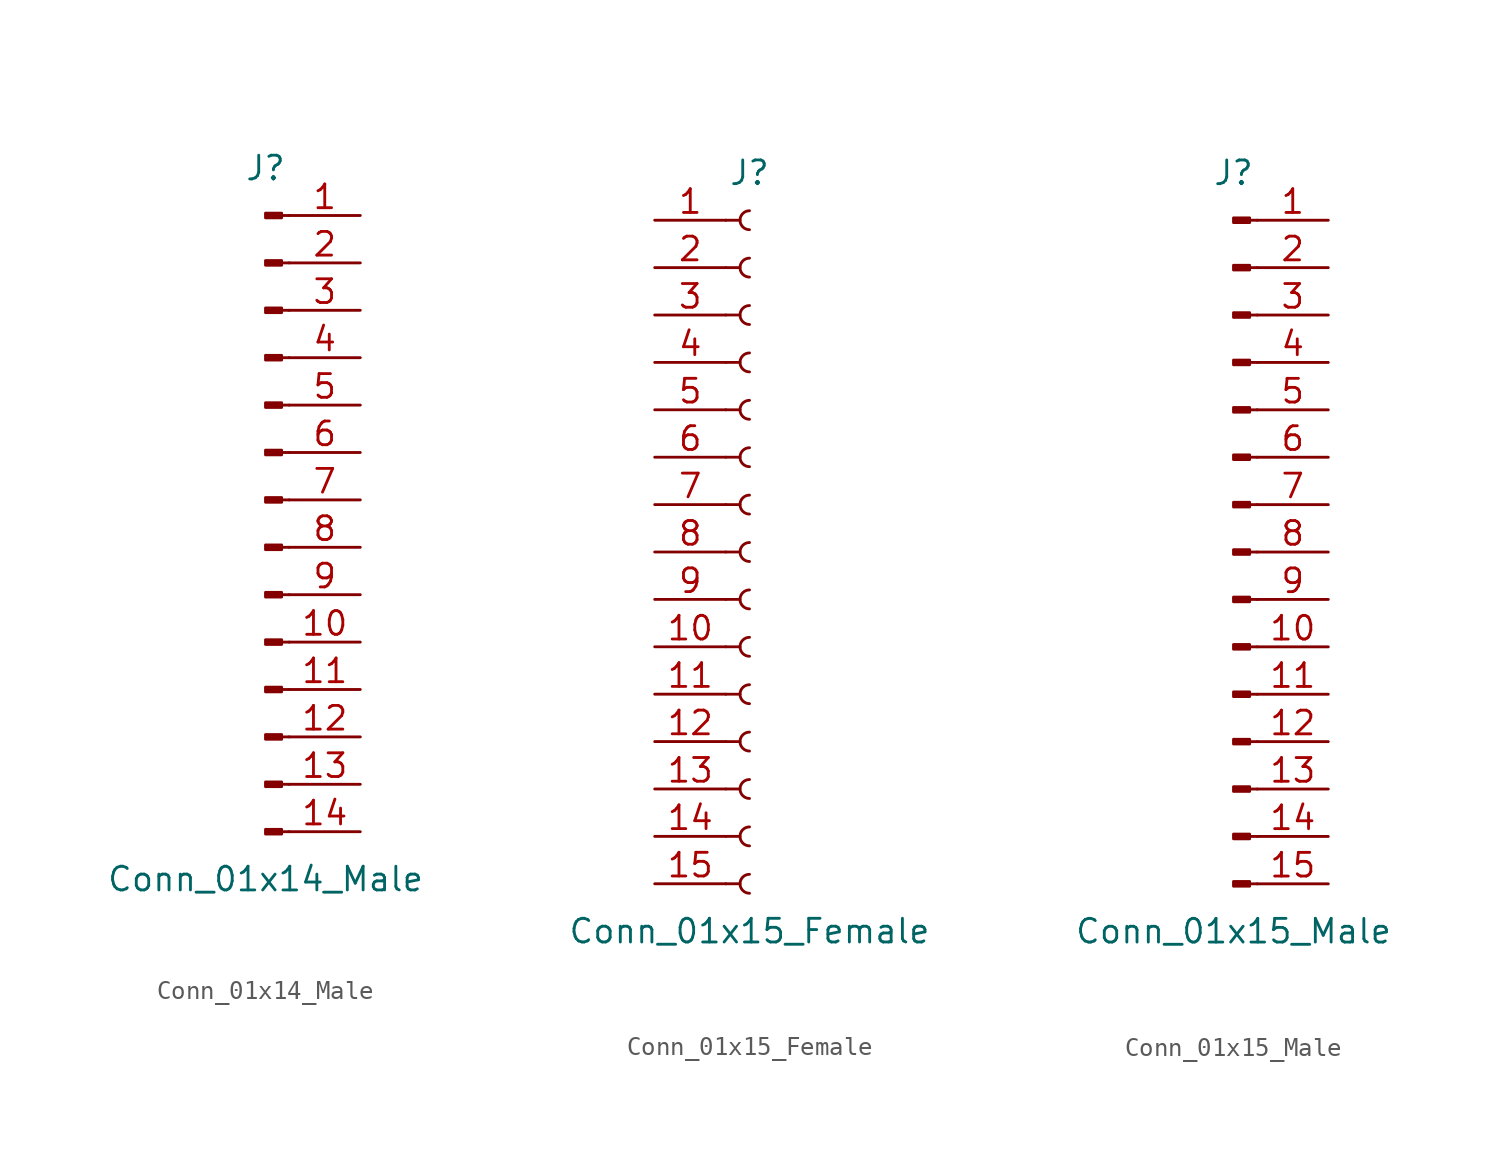
<source format=kicad_sym>
(kicad_symbol_lib
  (version 20220914)
  (generator kicad_symbol_editor)
  (symbol "Conn_01x14_Male"
    (pin_names
      (offset 1.016) hide)
    (property "Reference" "J"
      (at 0 17.78 0)
      (effects (font (size 1.27 1.27))))
    (property "Value" "Conn_01x14_Male"
      (at 0 -20.32 0)
      (effects (font (size 1.27 1.27))))
    (symbol "Conn_01x14_Male_1_1"
      (polyline (pts (xy 1.27 -17.78) (xy 0.864 -17.78)) (stroke (width 0.152) (type solid)) (fill (type none)))
      (polyline (pts (xy 1.27 -15.24) (xy 0.864 -15.24)) (stroke (width 0.152) (type solid)) (fill (type none)))
      (polyline (pts (xy 1.27 -12.7) (xy 0.864 -12.7)) (stroke (width 0.152) (type solid)) (fill (type none)))
      (polyline (pts (xy 1.27 -10.16) (xy 0.864 -10.16)) (stroke (width 0.152) (type solid)) (fill (type none)))
      (polyline (pts (xy 1.27 -7.62) (xy 0.864 -7.62)) (stroke (width 0.152) (type solid)) (fill (type none)))
      (polyline (pts (xy 1.27 -5.08) (xy 0.864 -5.08)) (stroke (width 0.152) (type solid)) (fill (type none)))
      (polyline (pts (xy 1.27 -2.54) (xy 0.864 -2.54)) (stroke (width 0.152) (type solid)) (fill (type none)))
      (polyline (pts (xy 1.27 0) (xy 0.864 0)) (stroke (width 0.152) (type solid)) (fill (type none)))
      (polyline (pts (xy 1.27 2.54) (xy 0.864 2.54)) (stroke (width 0.152) (type solid)) (fill (type none)))
      (polyline (pts (xy 1.27 5.08) (xy 0.864 5.08)) (stroke (width 0.152) (type solid)) (fill (type none)))
      (polyline (pts (xy 1.27 7.62) (xy 0.864 7.62)) (stroke (width 0.152) (type solid)) (fill (type none)))
      (polyline (pts (xy 1.27 10.16) (xy 0.864 10.16)) (stroke (width 0.152) (type solid)) (fill (type none)))
      (polyline (pts (xy 1.27 12.7) (xy 0.864 12.7)) (stroke (width 0.152) (type solid)) (fill (type none)))
      (polyline (pts (xy 1.27 15.24) (xy 0.864 15.24)) (stroke (width 0.152) (type solid)) (fill (type none)))
      (rectangle (start 0.864 -17.653) (end 0 -17.907) (stroke (width 0.152) (type solid)) (fill (type outline)))
      (rectangle (start 0.864 -15.113) (end 0 -15.367) (stroke (width 0.152) (type solid)) (fill (type outline)))
      (rectangle (start 0.864 -12.573) (end 0 -12.827) (stroke (width 0.152) (type solid)) (fill (type outline)))
      (rectangle (start 0.864 -10.033) (end 0 -10.287) (stroke (width 0.152) (type solid)) (fill (type outline)))
      (rectangle (start 0.864 -7.493) (end 0 -7.747) (stroke (width 0.152) (type solid)) (fill (type outline)))
      (rectangle (start 0.864 -4.953) (end 0 -5.207) (stroke (width 0.152) (type solid)) (fill (type outline)))
      (rectangle (start 0.864 -2.413) (end 0 -2.667) (stroke (width 0.152) (type solid)) (fill (type outline)))
      (rectangle (start 0.864 0.127) (end 0 -0.127) (stroke (width 0.152) (type solid)) (fill (type outline)))
      (rectangle (start 0.864 2.667) (end 0 2.413) (stroke (width 0.152) (type solid)) (fill (type outline)))
      (rectangle (start 0.864 5.207) (end 0 4.953) (stroke (width 0.152) (type solid)) (fill (type outline)))
      (rectangle (start 0.864 7.747) (end 0 7.493) (stroke (width 0.152) (type solid)) (fill (type outline)))
      (rectangle (start 0.864 10.287) (end 0 10.033) (stroke (width 0.152) (type solid)) (fill (type outline)))
      (rectangle (start 0.864 12.827) (end 0 12.573) (stroke (width 0.152) (type solid)) (fill (type outline)))
      (rectangle (start 0.864 15.367) (end 0 15.113) (stroke (width 0.152) (type solid)) (fill (type outline)))
      (pin passive line (at 5.08 15.24 180) (length 3.81) (name "Pin_1" (effects (font (size 1.27 1.27)))) (number "1" (effects (font (size 1.27 1.27)))))
      (pin passive line (at 5.08 -7.62 180) (length 3.81) (name "Pin_10" (effects (font (size 1.27 1.27)))) (number "10" (effects (font (size 1.27 1.27)))))
      (pin passive line (at 5.08 -10.16 180) (length 3.81) (name "Pin_11" (effects (font (size 1.27 1.27)))) (number "11" (effects (font (size 1.27 1.27)))))
      (pin passive line (at 5.08 -12.7 180) (length 3.81) (name "Pin_12" (effects (font (size 1.27 1.27)))) (number "12" (effects (font (size 1.27 1.27)))))
      (pin passive line (at 5.08 -15.24 180) (length 3.81) (name "Pin_13" (effects (font (size 1.27 1.27)))) (number "13" (effects (font (size 1.27 1.27)))))
      (pin passive line (at 5.08 -17.78 180) (length 3.81) (name "Pin_14" (effects (font (size 1.27 1.27)))) (number "14" (effects (font (size 1.27 1.27)))))
      (pin passive line (at 5.08 12.7 180) (length 3.81) (name "Pin_2" (effects (font (size 1.27 1.27)))) (number "2" (effects (font (size 1.27 1.27)))))
      (pin passive line (at 5.08 10.16 180) (length 3.81) (name "Pin_3" (effects (font (size 1.27 1.27)))) (number "3" (effects (font (size 1.27 1.27)))))
      (pin passive line (at 5.08 7.62 180) (length 3.81) (name "Pin_4" (effects (font (size 1.27 1.27)))) (number "4" (effects (font (size 1.27 1.27)))))
      (pin passive line (at 5.08 5.08 180) (length 3.81) (name "Pin_5" (effects (font (size 1.27 1.27)))) (number "5" (effects (font (size 1.27 1.27)))))
      (pin passive line (at 5.08 2.54 180) (length 3.81) (name "Pin_6" (effects (font (size 1.27 1.27)))) (number "6" (effects (font (size 1.27 1.27)))))
      (pin passive line (at 5.08 0 180) (length 3.81) (name "Pin_7" (effects (font (size 1.27 1.27)))) (number "7" (effects (font (size 1.27 1.27)))))
      (pin passive line (at 5.08 -2.54 180) (length 3.81) (name "Pin_8" (effects (font (size 1.27 1.27)))) (number "8" (effects (font (size 1.27 1.27)))))
      (pin passive line (at 5.08 -5.08 180) (length 3.81) (name "Pin_9" (effects (font (size 1.27 1.27)))) (number "9" (effects (font (size 1.27 1.27)))))))
  (symbol "Conn_01x15_Female"
    (pin_names
      (offset 1.016) hide)
    (property "Reference" "J"
      (at 0 20.32 0)
      (effects (font (size 1.27 1.27))))
    (property "Value" "Conn_01x15_Female"
      (at 0 -20.32 0)
      (effects (font (size 1.27 1.27))))
    (symbol "Conn_01x15_Female_1_1"
      (arc (start 0 -17.272) (mid -0.5058 -17.78) (end 0 -18.288) (stroke (width 0.1524) (type solid)) (fill (type none)))
      (arc (start 0 -14.732) (mid -0.5058 -15.24) (end 0 -15.748) (stroke (width 0.1524) (type solid)) (fill (type none)))
      (arc (start 0 -12.192) (mid -0.5058 -12.7) (end 0 -13.208) (stroke (width 0.1524) (type solid)) (fill (type none)))
      (arc (start 0 -9.652) (mid -0.5058 -10.16) (end 0 -10.668) (stroke (width 0.1524) (type solid)) (fill (type none)))
      (arc (start 0 -7.112) (mid -0.5058 -7.62) (end 0 -8.128) (stroke (width 0.1524) (type solid)) (fill (type none)))
      (arc (start 0 -4.572) (mid -0.5058 -5.08) (end 0 -5.588) (stroke (width 0.1524) (type solid)) (fill (type none)))
      (arc (start 0 -2.032) (mid -0.5058 -2.54) (end 0 -3.048) (stroke (width 0.1524) (type solid)) (fill (type none)))
      (polyline (pts (xy -1.27 -17.78) (xy -0.508 -17.78)) (stroke (width 0.152) (type solid)) (fill (type none)))
      (polyline (pts (xy -1.27 -15.24) (xy -0.508 -15.24)) (stroke (width 0.152) (type solid)) (fill (type none)))
      (polyline (pts (xy -1.27 -12.7) (xy -0.508 -12.7)) (stroke (width 0.152) (type solid)) (fill (type none)))
      (polyline (pts (xy -1.27 -10.16) (xy -0.508 -10.16)) (stroke (width 0.152) (type solid)) (fill (type none)))
      (polyline (pts (xy -1.27 -7.62) (xy -0.508 -7.62)) (stroke (width 0.152) (type solid)) (fill (type none)))
      (polyline (pts (xy -1.27 -5.08) (xy -0.508 -5.08)) (stroke (width 0.152) (type solid)) (fill (type none)))
      (polyline (pts (xy -1.27 -2.54) (xy -0.508 -2.54)) (stroke (width 0.152) (type solid)) (fill (type none)))
      (polyline (pts (xy -1.27 0) (xy -0.508 0)) (stroke (width 0.152) (type solid)) (fill (type none)))
      (polyline (pts (xy -1.27 2.54) (xy -0.508 2.54)) (stroke (width 0.152) (type solid)) (fill (type none)))
      (polyline (pts (xy -1.27 5.08) (xy -0.508 5.08)) (stroke (width 0.152) (type solid)) (fill (type none)))
      (polyline (pts (xy -1.27 7.62) (xy -0.508 7.62)) (stroke (width 0.152) (type solid)) (fill (type none)))
      (polyline (pts (xy -1.27 10.16) (xy -0.508 10.16)) (stroke (width 0.152) (type solid)) (fill (type none)))
      (polyline (pts (xy -1.27 12.7) (xy -0.508 12.7)) (stroke (width 0.152) (type solid)) (fill (type none)))
      (polyline (pts (xy -1.27 15.24) (xy -0.508 15.24)) (stroke (width 0.152) (type solid)) (fill (type none)))
      (polyline (pts (xy -1.27 17.78) (xy -0.508 17.78)) (stroke (width 0.152) (type solid)) (fill (type none)))
      (arc (start 0 0.508) (mid -0.5058 0) (end 0 -0.508) (stroke (width 0.1524) (type solid)) (fill (type none)))
      (arc (start 0 3.048) (mid -0.5058 2.54) (end 0 2.032) (stroke (width 0.1524) (type solid)) (fill (type none)))
      (arc (start 0 5.588) (mid -0.5058 5.08) (end 0 4.572) (stroke (width 0.1524) (type solid)) (fill (type none)))
      (arc (start 0 8.128) (mid -0.5058 7.62) (end 0 7.112) (stroke (width 0.1524) (type solid)) (fill (type none)))
      (arc (start 0 10.668) (mid -0.5058 10.16) (end 0 9.652) (stroke (width 0.1524) (type solid)) (fill (type none)))
      (arc (start 0 13.208) (mid -0.5058 12.7) (end 0 12.192) (stroke (width 0.1524) (type solid)) (fill (type none)))
      (arc (start 0 15.748) (mid -0.5058 15.24) (end 0 14.732) (stroke (width 0.1524) (type solid)) (fill (type none)))
      (arc (start 0 18.288) (mid -0.5058 17.78) (end 0 17.272) (stroke (width 0.1524) (type solid)) (fill (type none)))
      (pin passive line (at -5.08 17.78 0) (length 3.81) (name "Pin_1" (effects (font (size 1.27 1.27)))) (number "1" (effects (font (size 1.27 1.27)))))
      (pin passive line (at -5.08 -5.08 0) (length 3.81) (name "Pin_10" (effects (font (size 1.27 1.27)))) (number "10" (effects (font (size 1.27 1.27)))))
      (pin passive line (at -5.08 -7.62 0) (length 3.81) (name "Pin_11" (effects (font (size 1.27 1.27)))) (number "11" (effects (font (size 1.27 1.27)))))
      (pin passive line (at -5.08 -10.16 0) (length 3.81) (name "Pin_12" (effects (font (size 1.27 1.27)))) (number "12" (effects (font (size 1.27 1.27)))))
      (pin passive line (at -5.08 -12.7 0) (length 3.81) (name "Pin_13" (effects (font (size 1.27 1.27)))) (number "13" (effects (font (size 1.27 1.27)))))
      (pin passive line (at -5.08 -15.24 0) (length 3.81) (name "Pin_14" (effects (font (size 1.27 1.27)))) (number "14" (effects (font (size 1.27 1.27)))))
      (pin passive line (at -5.08 -17.78 0) (length 3.81) (name "Pin_15" (effects (font (size 1.27 1.27)))) (number "15" (effects (font (size 1.27 1.27)))))
      (pin passive line (at -5.08 15.24 0) (length 3.81) (name "Pin_2" (effects (font (size 1.27 1.27)))) (number "2" (effects (font (size 1.27 1.27)))))
      (pin passive line (at -5.08 12.7 0) (length 3.81) (name "Pin_3" (effects (font (size 1.27 1.27)))) (number "3" (effects (font (size 1.27 1.27)))))
      (pin passive line (at -5.08 10.16 0) (length 3.81) (name "Pin_4" (effects (font (size 1.27 1.27)))) (number "4" (effects (font (size 1.27 1.27)))))
      (pin passive line (at -5.08 7.62 0) (length 3.81) (name "Pin_5" (effects (font (size 1.27 1.27)))) (number "5" (effects (font (size 1.27 1.27)))))
      (pin passive line (at -5.08 5.08 0) (length 3.81) (name "Pin_6" (effects (font (size 1.27 1.27)))) (number "6" (effects (font (size 1.27 1.27)))))
      (pin passive line (at -5.08 2.54 0) (length 3.81) (name "Pin_7" (effects (font (size 1.27 1.27)))) (number "7" (effects (font (size 1.27 1.27)))))
      (pin passive line (at -5.08 0 0) (length 3.81) (name "Pin_8" (effects (font (size 1.27 1.27)))) (number "8" (effects (font (size 1.27 1.27)))))
      (pin passive line (at -5.08 -2.54 0) (length 3.81) (name "Pin_9" (effects (font (size 1.27 1.27)))) (number "9" (effects (font (size 1.27 1.27)))))))
  (symbol "Conn_01x15_Male"
    (pin_names
      (offset 1.016) hide)
    (property "Reference" "J"
      (at 0 20.32 0)
      (effects (font (size 1.27 1.27))))
    (property "Value" "Conn_01x15_Male"
      (at 0 -20.32 0)
      (effects (font (size 1.27 1.27))))
    (symbol "Conn_01x15_Male_1_1"
      (polyline (pts (xy 1.27 -17.78) (xy 0.864 -17.78)) (stroke (width 0.152) (type solid)) (fill (type none)))
      (polyline (pts (xy 1.27 -15.24) (xy 0.864 -15.24)) (stroke (width 0.152) (type solid)) (fill (type none)))
      (polyline (pts (xy 1.27 -12.7) (xy 0.864 -12.7)) (stroke (width 0.152) (type solid)) (fill (type none)))
      (polyline (pts (xy 1.27 -10.16) (xy 0.864 -10.16)) (stroke (width 0.152) (type solid)) (fill (type none)))
      (polyline (pts (xy 1.27 -7.62) (xy 0.864 -7.62)) (stroke (width 0.152) (type solid)) (fill (type none)))
      (polyline (pts (xy 1.27 -5.08) (xy 0.864 -5.08)) (stroke (width 0.152) (type solid)) (fill (type none)))
      (polyline (pts (xy 1.27 -2.54) (xy 0.864 -2.54)) (stroke (width 0.152) (type solid)) (fill (type none)))
      (polyline (pts (xy 1.27 0) (xy 0.864 0)) (stroke (width 0.152) (type solid)) (fill (type none)))
      (polyline (pts (xy 1.27 2.54) (xy 0.864 2.54)) (stroke (width 0.152) (type solid)) (fill (type none)))
      (polyline (pts (xy 1.27 5.08) (xy 0.864 5.08)) (stroke (width 0.152) (type solid)) (fill (type none)))
      (polyline (pts (xy 1.27 7.62) (xy 0.864 7.62)) (stroke (width 0.152) (type solid)) (fill (type none)))
      (polyline (pts (xy 1.27 10.16) (xy 0.864 10.16)) (stroke (width 0.152) (type solid)) (fill (type none)))
      (polyline (pts (xy 1.27 12.7) (xy 0.864 12.7)) (stroke (width 0.152) (type solid)) (fill (type none)))
      (polyline (pts (xy 1.27 15.24) (xy 0.864 15.24)) (stroke (width 0.152) (type solid)) (fill (type none)))
      (polyline (pts (xy 1.27 17.78) (xy 0.864 17.78)) (stroke (width 0.152) (type solid)) (fill (type none)))
      (rectangle (start 0.864 -17.653) (end 0 -17.907) (stroke (width 0.152) (type solid)) (fill (type outline)))
      (rectangle (start 0.864 -15.113) (end 0 -15.367) (stroke (width 0.152) (type solid)) (fill (type outline)))
      (rectangle (start 0.864 -12.573) (end 0 -12.827) (stroke (width 0.152) (type solid)) (fill (type outline)))
      (rectangle (start 0.864 -10.033) (end 0 -10.287) (stroke (width 0.152) (type solid)) (fill (type outline)))
      (rectangle (start 0.864 -7.493) (end 0 -7.747) (stroke (width 0.152) (type solid)) (fill (type outline)))
      (rectangle (start 0.864 -4.953) (end 0 -5.207) (stroke (width 0.152) (type solid)) (fill (type outline)))
      (rectangle (start 0.864 -2.413) (end 0 -2.667) (stroke (width 0.152) (type solid)) (fill (type outline)))
      (rectangle (start 0.864 0.127) (end 0 -0.127) (stroke (width 0.152) (type solid)) (fill (type outline)))
      (rectangle (start 0.864 2.667) (end 0 2.413) (stroke (width 0.152) (type solid)) (fill (type outline)))
      (rectangle (start 0.864 5.207) (end 0 4.953) (stroke (width 0.152) (type solid)) (fill (type outline)))
      (rectangle (start 0.864 7.747) (end 0 7.493) (stroke (width 0.152) (type solid)) (fill (type outline)))
      (rectangle (start 0.864 10.287) (end 0 10.033) (stroke (width 0.152) (type solid)) (fill (type outline)))
      (rectangle (start 0.864 12.827) (end 0 12.573) (stroke (width 0.152) (type solid)) (fill (type outline)))
      (rectangle (start 0.864 15.367) (end 0 15.113) (stroke (width 0.152) (type solid)) (fill (type outline)))
      (rectangle (start 0.864 17.907) (end 0 17.653) (stroke (width 0.152) (type solid)) (fill (type outline)))
      (pin passive line (at 5.08 17.78 180) (length 3.81) (name "Pin_1" (effects (font (size 1.27 1.27)))) (number "1" (effects (font (size 1.27 1.27)))))
      (pin passive line (at 5.08 -5.08 180) (length 3.81) (name "Pin_10" (effects (font (size 1.27 1.27)))) (number "10" (effects (font (size 1.27 1.27)))))
      (pin passive line (at 5.08 -7.62 180) (length 3.81) (name "Pin_11" (effects (font (size 1.27 1.27)))) (number "11" (effects (font (size 1.27 1.27)))))
      (pin passive line (at 5.08 -10.16 180) (length 3.81) (name "Pin_12" (effects (font (size 1.27 1.27)))) (number "12" (effects (font (size 1.27 1.27)))))
      (pin passive line (at 5.08 -12.7 180) (length 3.81) (name "Pin_13" (effects (font (size 1.27 1.27)))) (number "13" (effects (font (size 1.27 1.27)))))
      (pin passive line (at 5.08 -15.24 180) (length 3.81) (name "Pin_14" (effects (font (size 1.27 1.27)))) (number "14" (effects (font (size 1.27 1.27)))))
      (pin passive line (at 5.08 -17.78 180) (length 3.81) (name "Pin_15" (effects (font (size 1.27 1.27)))) (number "15" (effects (font (size 1.27 1.27)))))
      (pin passive line (at 5.08 15.24 180) (length 3.81) (name "Pin_2" (effects (font (size 1.27 1.27)))) (number "2" (effects (font (size 1.27 1.27)))))
      (pin passive line (at 5.08 12.7 180) (length 3.81) (name "Pin_3" (effects (font (size 1.27 1.27)))) (number "3" (effects (font (size 1.27 1.27)))))
      (pin passive line (at 5.08 10.16 180) (length 3.81) (name "Pin_4" (effects (font (size 1.27 1.27)))) (number "4" (effects (font (size 1.27 1.27)))))
      (pin passive line (at 5.08 7.62 180) (length 3.81) (name "Pin_5" (effects (font (size 1.27 1.27)))) (number "5" (effects (font (size 1.27 1.27)))))
      (pin passive line (at 5.08 5.08 180) (length 3.81) (name "Pin_6" (effects (font (size 1.27 1.27)))) (number "6" (effects (font (size 1.27 1.27)))))
      (pin passive line (at 5.08 2.54 180) (length 3.81) (name "Pin_7" (effects (font (size 1.27 1.27)))) (number "7" (effects (font (size 1.27 1.27)))))
      (pin passive line (at 5.08 0 180) (length 3.81) (name "Pin_8" (effects (font (size 1.27 1.27)))) (number "8" (effects (font (size 1.27 1.27)))))
      (pin passive line (at 5.08 -2.54 180) (length 3.81) (name "Pin_9" (effects (font (size 1.27 1.27)))) (number "9" (effects (font (size 1.27 1.27))))))))
</source>
